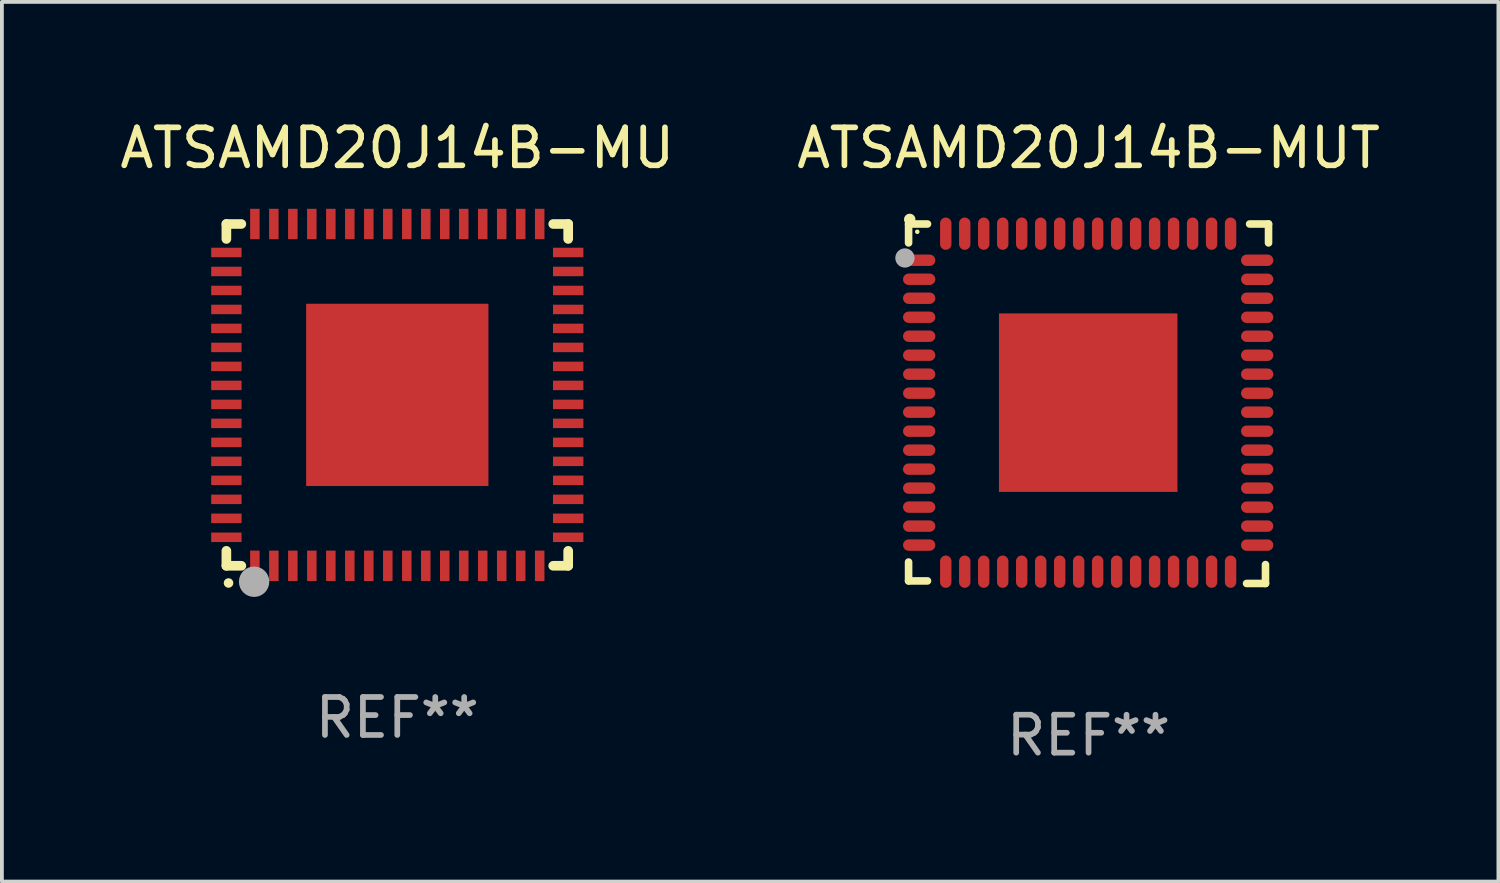
<source format=kicad_pcb>
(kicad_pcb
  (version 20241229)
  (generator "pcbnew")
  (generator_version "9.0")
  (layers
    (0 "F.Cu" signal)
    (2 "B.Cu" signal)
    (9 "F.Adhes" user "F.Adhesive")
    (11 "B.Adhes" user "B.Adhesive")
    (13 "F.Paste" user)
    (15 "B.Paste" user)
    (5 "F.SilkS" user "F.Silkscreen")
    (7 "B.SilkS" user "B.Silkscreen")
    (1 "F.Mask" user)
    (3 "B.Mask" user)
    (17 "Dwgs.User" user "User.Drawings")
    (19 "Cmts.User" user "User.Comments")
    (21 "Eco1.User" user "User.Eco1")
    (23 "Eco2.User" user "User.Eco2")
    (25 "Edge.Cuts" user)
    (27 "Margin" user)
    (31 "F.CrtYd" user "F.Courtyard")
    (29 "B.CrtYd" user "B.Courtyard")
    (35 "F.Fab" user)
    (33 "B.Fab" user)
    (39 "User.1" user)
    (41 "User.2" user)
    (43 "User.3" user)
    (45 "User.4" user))
  (footprint "ATSAMD20J14B-MU"
    (layer "F.Cu")
    (at 7.411 7.348)
    (property "Reference" "ATSAMD20J14B-MU" (at 0 -6.5 0) (layer "F.SilkS") (effects (font (size 1 1) (thickness 0.15))))
    (attr through_hole)
    (fp_line (start -4.5 -4.5) (end -4.106 -4.5) (stroke (width 0.254) (type solid)) (layer "F.SilkS"))
    (fp_line (start -4.5 -4.106) (end -4.5 -4.5) (stroke (width 0.254) (type solid)) (layer "F.SilkS"))
    (fp_line (start -4.5 4.5) (end -4.5 4.106) (stroke (width 0.254) (type solid)) (layer "F.SilkS"))
    (fp_line (start -4.106 4.5) (end -4.5 4.5) (stroke (width 0.254) (type solid)) (layer "F.SilkS"))
    (fp_line (start 4.106 -4.5) (end 4.5 -4.5) (stroke (width 0.254) (type solid)) (layer "F.SilkS"))
    (fp_line (start 4.5 -4.5) (end 4.5 -4.106) (stroke (width 0.254) (type solid)) (layer "F.SilkS"))
    (fp_line (start 4.5 4.106) (end 4.5 4.5) (stroke (width 0.254) (type solid)) (layer "F.SilkS"))
    (fp_line (start 4.5 4.5) (end 4.106 4.5) (stroke (width 0.254) (type solid)) (layer "F.SilkS"))
    (fp_arc (start -4.444945 4.953073) (mid -4.443675 4.953067) (end -4.442405 4.953073) (stroke (width 0.24892) (type solid)) (layer "F.SilkS"))
    (fp_circle (center -4.5 4.5) (end -4.47 4.5) (stroke (width 0.06) (type solid)) (fill no) (layer "F.SilkS"))
    (fp_circle (center -3.77 4.92) (end -3.57 4.92) (stroke (width 0.4) (type solid)) (fill no) (layer "F.Fab"))
    (fp_text user "REF**" (at 0 8.5 0) (layer "F.Fab") (effects (font (size 1 1) (thickness 0.15))))
    (pad "1" smd rect (at -3.75 4.5 90) (size 0.8 0.25) (layers "F.Cu" "F.Mask" "F.Paste"))
    (pad "2" smd rect (at -3.25 4.5 90) (size 0.8 0.25) (layers "F.Cu" "F.Mask" "F.Paste"))
    (pad "3" smd rect (at -2.75 4.5 90) (size 0.8 0.25) (layers "F.Cu" "F.Mask" "F.Paste"))
    (pad "4" smd rect (at -2.25 4.5 90) (size 0.8 0.25) (layers "F.Cu" "F.Mask" "F.Paste"))
    (pad "5" smd rect (at -1.75 4.5 90) (size 0.8 0.25) (layers "F.Cu" "F.Mask" "F.Paste"))
    (pad "6" smd rect (at -1.25 4.5 90) (size 0.8 0.25) (layers "F.Cu" "F.Mask" "F.Paste"))
    (pad "7" smd rect (at -0.75 4.5 90) (size 0.8 0.25) (layers "F.Cu" "F.Mask" "F.Paste"))
    (pad "8" smd rect (at -0.25 4.5 90) (size 0.8 0.25) (layers "F.Cu" "F.Mask" "F.Paste"))
    (pad "9" smd rect (at 0.25 4.5 90) (size 0.8 0.25) (layers "F.Cu" "F.Mask" "F.Paste"))
    (pad "10" smd rect (at 0.75 4.5 90) (size 0.8 0.25) (layers "F.Cu" "F.Mask" "F.Paste"))
    (pad "11" smd rect (at 1.25 4.5 90) (size 0.8 0.25) (layers "F.Cu" "F.Mask" "F.Paste"))
    (pad "12" smd rect (at 1.75 4.5 90) (size 0.8 0.25) (layers "F.Cu" "F.Mask" "F.Paste"))
    (pad "13" smd rect (at 2.25 4.5 90) (size 0.8 0.25) (layers "F.Cu" "F.Mask" "F.Paste"))
    (pad "14" smd rect (at 2.75 4.5 90) (size 0.8 0.25) (layers "F.Cu" "F.Mask" "F.Paste"))
    (pad "15" smd rect (at 3.25 4.5 90) (size 0.8 0.25) (layers "F.Cu" "F.Mask" "F.Paste"))
    (pad "16" smd rect (at 3.75 4.5 90) (size 0.8 0.25) (layers "F.Cu" "F.Mask" "F.Paste"))
    (pad "17" smd rect (at 4.5 3.75) (size 0.8 0.25) (layers "F.Cu" "F.Mask" "F.Paste"))
    (pad "18" smd rect (at 4.5 3.25) (size 0.8 0.25) (layers "F.Cu" "F.Mask" "F.Paste"))
    (pad "19" smd rect (at 4.5 2.75) (size 0.8 0.25) (layers "F.Cu" "F.Mask" "F.Paste"))
    (pad "20" smd rect (at 4.5 2.25) (size 0.8 0.25) (layers "F.Cu" "F.Mask" "F.Paste"))
    (pad "21" smd rect (at 4.5 1.75) (size 0.8 0.25) (layers "F.Cu" "F.Mask" "F.Paste"))
    (pad "22" smd rect (at 4.5 1.25) (size 0.8 0.25) (layers "F.Cu" "F.Mask" "F.Paste"))
    (pad "23" smd rect (at 4.5 0.75) (size 0.8 0.25) (layers "F.Cu" "F.Mask" "F.Paste"))
    (pad "24" smd rect (at 4.5 0.25) (size 0.8 0.25) (layers "F.Cu" "F.Mask" "F.Paste"))
    (pad "25" smd rect (at 4.5 -0.25) (size 0.8 0.25) (layers "F.Cu" "F.Mask" "F.Paste"))
    (pad "26" smd rect (at 4.5 -0.75) (size 0.8 0.25) (layers "F.Cu" "F.Mask" "F.Paste"))
    (pad "27" smd rect (at 4.5 -1.25) (size 0.8 0.25) (layers "F.Cu" "F.Mask" "F.Paste"))
    (pad "28" smd rect (at 4.5 -1.75) (size 0.8 0.25) (layers "F.Cu" "F.Mask" "F.Paste"))
    (pad "29" smd rect (at 4.5 -2.25) (size 0.8 0.25) (layers "F.Cu" "F.Mask" "F.Paste"))
    (pad "30" smd rect (at 4.5 -2.75) (size 0.8 0.25) (layers "F.Cu" "F.Mask" "F.Paste"))
    (pad "31" smd rect (at 4.5 -3.25) (size 0.8 0.25) (layers "F.Cu" "F.Mask" "F.Paste"))
    (pad "32" smd rect (at 4.5 -3.75) (size 0.8 0.25) (layers "F.Cu" "F.Mask" "F.Paste"))
    (pad "33" smd rect (at 3.75 -4.5 90) (size 0.8 0.25) (layers "F.Cu" "F.Mask" "F.Paste"))
    (pad "34" smd rect (at 3.25 -4.5 90) (size 0.8 0.25) (layers "F.Cu" "F.Mask" "F.Paste"))
    (pad "35" smd rect (at 2.75 -4.5 90) (size 0.8 0.25) (layers "F.Cu" "F.Mask" "F.Paste"))
    (pad "36" smd rect (at 2.25 -4.5 90) (size 0.8 0.25) (layers "F.Cu" "F.Mask" "F.Paste"))
    (pad "37" smd rect (at 1.75 -4.5 90) (size 0.8 0.25) (layers "F.Cu" "F.Mask" "F.Paste"))
    (pad "38" smd rect (at 1.25 -4.5 90) (size 0.8 0.25) (layers "F.Cu" "F.Mask" "F.Paste"))
    (pad "39" smd rect (at 0.75 -4.5 90) (size 0.8 0.25) (layers "F.Cu" "F.Mask" "F.Paste"))
    (pad "40" smd rect (at 0.25 -4.5 90) (size 0.8 0.25) (layers "F.Cu" "F.Mask" "F.Paste"))
    (pad "41" smd rect (at -0.25 -4.5 90) (size 0.8 0.25) (layers "F.Cu" "F.Mask" "F.Paste"))
    (pad "42" smd rect (at -0.75 -4.5 90) (size 0.8 0.25) (layers "F.Cu" "F.Mask" "F.Paste"))
    (pad "43" smd rect (at -1.25 -4.5 90) (size 0.8 0.25) (layers "F.Cu" "F.Mask" "F.Paste"))
    (pad "44" smd rect (at -1.75 -4.5 90) (size 0.8 0.25) (layers "F.Cu" "F.Mask" "F.Paste"))
    (pad "45" smd rect (at -2.25 -4.5 90) (size 0.8 0.25) (layers "F.Cu" "F.Mask" "F.Paste"))
    (pad "46" smd rect (at -2.75 -4.5 90) (size 0.8 0.25) (layers "F.Cu" "F.Mask" "F.Paste"))
    (pad "47" smd rect (at -3.25 -4.5 90) (size 0.8 0.25) (layers "F.Cu" "F.Mask" "F.Paste"))
    (pad "48" smd rect (at -3.75 -4.5 90) (size 0.8 0.25) (layers "F.Cu" "F.Mask" "F.Paste"))
    (pad "49" smd rect (at -4.5 -3.75) (size 0.8 0.25) (layers "F.Cu" "F.Mask" "F.Paste"))
    (pad "50" smd rect (at -4.5 -3.25) (size 0.8 0.25) (layers "F.Cu" "F.Mask" "F.Paste"))
    (pad "51" smd rect (at -4.5 -2.75) (size 0.8 0.25) (layers "F.Cu" "F.Mask" "F.Paste"))
    (pad "52" smd rect (at -4.5 -2.25) (size 0.8 0.25) (layers "F.Cu" "F.Mask" "F.Paste"))
    (pad "53" smd rect (at -4.5 -1.75) (size 0.8 0.25) (layers "F.Cu" "F.Mask" "F.Paste"))
    (pad "54" smd rect (at -4.5 -1.25) (size 0.8 0.25) (layers "F.Cu" "F.Mask" "F.Paste"))
    (pad "55" smd rect (at -4.5 -0.75) (size 0.8 0.25) (layers "F.Cu" "F.Mask" "F.Paste"))
    (pad "56" smd rect (at -4.5 -0.25) (size 0.8 0.25) (layers "F.Cu" "F.Mask" "F.Paste"))
    (pad "57" smd rect (at -4.5 0.25) (size 0.8 0.25) (layers "F.Cu" "F.Mask" "F.Paste"))
    (pad "58" smd rect (at -4.5 0.75) (size 0.8 0.25) (layers "F.Cu" "F.Mask" "F.Paste"))
    (pad "59" smd rect (at -4.5 1.25) (size 0.8 0.25) (layers "F.Cu" "F.Mask" "F.Paste"))
    (pad "60" smd rect (at -4.5 1.75) (size 0.8 0.25) (layers "F.Cu" "F.Mask" "F.Paste"))
    (pad "61" smd rect (at -4.5 2.25) (size 0.8 0.25) (layers "F.Cu" "F.Mask" "F.Paste"))
    (pad "62" smd rect (at -4.5 2.75) (size 0.8 0.25) (layers "F.Cu" "F.Mask" "F.Paste"))
    (pad "63" smd rect (at -4.5 3.25) (size 0.8 0.25) (layers "F.Cu" "F.Mask" "F.Paste"))
    (pad "64" smd rect (at -4.5 3.75) (size 0.8 0.25) (layers "F.Cu" "F.Mask" "F.Paste"))
    (pad "65" smd rect (at 0.000191 -0.000064) (size 4.8 4.8) (layers "F.Cu" "F.Mask" "F.Paste")))
  (footprint "ATSAMD20J14B-MUT"
    (layer "F.Cu")
    (at 25.613 7.581)
    (property "Reference" "ATSAMD20J14B-MUT" (at 0 -6.733 0) (layer "F.SilkS") (effects (font (size 1 1) (thickness 0.15))))
    (attr through_hole)
    (fp_line (start -4.739 -4.733) (end -4.241 -4.733) (stroke (width 0.2) (type solid)) (layer "F.SilkS"))
    (fp_line (start -4.739 -4.235) (end -4.739 -4.733) (stroke (width 0.2) (type solid)) (layer "F.SilkS"))
    (fp_line (start -4.739 4.168) (end -4.739 4.665) (stroke (width 0.2) (type solid)) (layer "F.SilkS"))
    (fp_line (start -4.739 4.665) (end -4.241 4.665) (stroke (width 0.2) (type solid)) (layer "F.SilkS"))
    (fp_line (start 4.161 4.733) (end 4.659 4.733) (stroke (width 0.2) (type solid)) (layer "F.SilkS"))
    (fp_line (start 4.241 -4.733) (end 4.739 -4.733) (stroke (width 0.2) (type solid)) (layer "F.SilkS"))
    (fp_line (start 4.659 4.733) (end 4.659 4.235) (stroke (width 0.2) (type solid)) (layer "F.SilkS"))
    (fp_line (start 4.739 -4.733) (end 4.739 -4.235) (stroke (width 0.2) (type solid)) (layer "F.SilkS"))
    (fp_arc (start -4.708623 -4.85108) (mid -4.708628 -4.85235) (end -4.708623 -4.85362) (stroke (width 0.3) (type solid)) (layer "F.SilkS"))
    (fp_circle (center -4.51 -4.528) (end -4.48 -4.528) (stroke (width 0.06) (type solid)) (fill no) (layer "F.SilkS"))
    (fp_circle (center -4.835 -3.838) (end -4.708 -3.838) (stroke (width 0.254) (type solid)) (fill no) (layer "F.Fab"))
    (fp_text user "REF**" (at 0 8.733 0) (layer "F.Fab") (effects (font (size 1 1) (thickness 0.15))))
    (pad "1" smd oval (at -4.46 -3.778) (size 0.85 0.3) (layers "F.Cu" "F.Mask" "F.Paste"))
    (pad "2" smd oval (at -4.46 -3.278) (size 0.85 0.3) (layers "F.Cu" "F.Mask" "F.Paste"))
    (pad "3" smd oval (at -4.46 -2.778) (size 0.85 0.3) (layers "F.Cu" "F.Mask" "F.Paste"))
    (pad "4" smd oval (at -4.46 -2.278) (size 0.85 0.3) (layers "F.Cu" "F.Mask" "F.Paste"))
    (pad "5" smd oval (at -4.46 -1.778) (size 0.85 0.3) (layers "F.Cu" "F.Mask" "F.Paste"))
    (pad "6" smd oval (at -4.46 -1.278) (size 0.85 0.3) (layers "F.Cu" "F.Mask" "F.Paste"))
    (pad "7" smd oval (at -4.46 -0.778) (size 0.85 0.3) (layers "F.Cu" "F.Mask" "F.Paste"))
    (pad "8" smd oval (at -4.46 -0.278) (size 0.85 0.3) (layers "F.Cu" "F.Mask" "F.Paste"))
    (pad "9" smd oval (at -4.46 0.222) (size 0.85 0.3) (layers "F.Cu" "F.Mask" "F.Paste"))
    (pad "10" smd oval (at -4.46 0.722) (size 0.85 0.3) (layers "F.Cu" "F.Mask" "F.Paste"))
    (pad "11" smd oval (at -4.46 1.222) (size 0.85 0.3) (layers "F.Cu" "F.Mask" "F.Paste"))
    (pad "12" smd oval (at -4.46 1.722) (size 0.85 0.3) (layers "F.Cu" "F.Mask" "F.Paste"))
    (pad "13" smd oval (at -4.46 2.222) (size 0.85 0.3) (layers "F.Cu" "F.Mask" "F.Paste"))
    (pad "14" smd oval (at -4.46 2.722) (size 0.85 0.3) (layers "F.Cu" "F.Mask" "F.Paste"))
    (pad "15" smd oval (at -4.46 3.222) (size 0.85 0.3) (layers "F.Cu" "F.Mask" "F.Paste"))
    (pad "16" smd oval (at -4.46 3.722) (size 0.85 0.3) (layers "F.Cu" "F.Mask" "F.Paste"))
    (pad "17" smd oval (at -3.76 4.422) (size 0.3 0.85) (layers "F.Cu" "F.Mask" "F.Paste"))
    (pad "18" smd oval (at -3.26 4.422) (size 0.3 0.85) (layers "F.Cu" "F.Mask" "F.Paste"))
    (pad "19" smd oval (at -2.76 4.422) (size 0.3 0.85) (layers "F.Cu" "F.Mask" "F.Paste"))
    (pad "20" smd oval (at -2.26 4.422) (size 0.3 0.85) (layers "F.Cu" "F.Mask" "F.Paste"))
    (pad "21" smd oval (at -1.76 4.422) (size 0.3 0.85) (layers "F.Cu" "F.Mask" "F.Paste"))
    (pad "22" smd oval (at -1.26 4.422) (size 0.3 0.85) (layers "F.Cu" "F.Mask" "F.Paste"))
    (pad "23" smd oval (at -0.76 4.422) (size 0.3 0.85) (layers "F.Cu" "F.Mask" "F.Paste"))
    (pad "24" smd oval (at -0.26 4.422) (size 0.3 0.85) (layers "F.Cu" "F.Mask" "F.Paste"))
    (pad "25" smd oval (at 0.24 4.422) (size 0.3 0.85) (layers "F.Cu" "F.Mask" "F.Paste"))
    (pad "26" smd oval (at 0.74 4.422) (size 0.3 0.85) (layers "F.Cu" "F.Mask" "F.Paste"))
    (pad "27" smd oval (at 1.24 4.422) (size 0.3 0.85) (layers "F.Cu" "F.Mask" "F.Paste"))
    (pad "28" smd oval (at 1.74 4.422) (size 0.3 0.85) (layers "F.Cu" "F.Mask" "F.Paste"))
    (pad "29" smd oval (at 2.24 4.422) (size 0.3 0.85) (layers "F.Cu" "F.Mask" "F.Paste"))
    (pad "30" smd oval (at 2.74 4.422) (size 0.3 0.85) (layers "F.Cu" "F.Mask" "F.Paste"))
    (pad "31" smd oval (at 3.24 4.422) (size 0.3 0.85) (layers "F.Cu" "F.Mask" "F.Paste"))
    (pad "32" smd oval (at 3.74 4.422) (size 0.3 0.85) (layers "F.Cu" "F.Mask" "F.Paste"))
    (pad "33" smd oval (at 4.44 3.723) (size 0.85 0.3) (layers "F.Cu" "F.Mask" "F.Paste"))
    (pad "34" smd oval (at 4.44 3.222) (size 0.85 0.3) (layers "F.Cu" "F.Mask" "F.Paste"))
    (pad "35" smd oval (at 4.44 2.723) (size 0.85 0.3) (layers "F.Cu" "F.Mask" "F.Paste"))
    (pad "36" smd oval (at 4.44 2.222) (size 0.85 0.3) (layers "F.Cu" "F.Mask" "F.Paste"))
    (pad "37" smd oval (at 4.44 1.723) (size 0.85 0.3) (layers "F.Cu" "F.Mask" "F.Paste"))
    (pad "38" smd oval (at 4.44 1.222) (size 0.85 0.3) (layers "F.Cu" "F.Mask" "F.Paste"))
    (pad "39" smd oval (at 4.44 0.723) (size 0.85 0.3) (layers "F.Cu" "F.Mask" "F.Paste"))
    (pad "40" smd oval (at 4.44 0.222) (size 0.85 0.3) (layers "F.Cu" "F.Mask" "F.Paste"))
    (pad "41" smd oval (at 4.44 -0.277) (size 0.85 0.3) (layers "F.Cu" "F.Mask" "F.Paste"))
    (pad "42" smd oval (at 4.44 -0.778) (size 0.85 0.3) (layers "F.Cu" "F.Mask" "F.Paste"))
    (pad "43" smd oval (at 4.44 -1.277) (size 0.85 0.3) (layers "F.Cu" "F.Mask" "F.Paste"))
    (pad "44" smd oval (at 4.44 -1.778) (size 0.85 0.3) (layers "F.Cu" "F.Mask" "F.Paste"))
    (pad "45" smd oval (at 4.44 -2.277) (size 0.85 0.3) (layers "F.Cu" "F.Mask" "F.Paste"))
    (pad "46" smd oval (at 4.44 -2.778) (size 0.85 0.3) (layers "F.Cu" "F.Mask" "F.Paste"))
    (pad "47" smd oval (at 4.44 -3.277) (size 0.85 0.3) (layers "F.Cu" "F.Mask" "F.Paste"))
    (pad "48" smd oval (at 4.44 -3.778) (size 0.85 0.3) (layers "F.Cu" "F.Mask" "F.Paste"))
    (pad "49" smd oval (at 3.74 -4.478) (size 0.3 0.85) (layers "F.Cu" "F.Mask" "F.Paste"))
    (pad "50" smd oval (at 3.24 -4.478) (size 0.3 0.85) (layers "F.Cu" "F.Mask" "F.Paste"))
    (pad "51" smd oval (at 2.74 -4.478) (size 0.3 0.85) (layers "F.Cu" "F.Mask" "F.Paste"))
    (pad "52" smd oval (at 2.24 -4.478) (size 0.3 0.85) (layers "F.Cu" "F.Mask" "F.Paste"))
    (pad "53" smd oval (at 1.74 -4.478) (size 0.3 0.85) (layers "F.Cu" "F.Mask" "F.Paste"))
    (pad "54" smd oval (at 1.24 -4.478) (size 0.3 0.85) (layers "F.Cu" "F.Mask" "F.Paste"))
    (pad "55" smd oval (at 0.74 -4.478) (size 0.3 0.85) (layers "F.Cu" "F.Mask" "F.Paste"))
    (pad "56" smd oval (at 0.24 -4.478) (size 0.3 0.85) (layers "F.Cu" "F.Mask" "F.Paste"))
    (pad "57" smd oval (at -0.26 -4.478) (size 0.3 0.85) (layers "F.Cu" "F.Mask" "F.Paste"))
    (pad "58" smd oval (at -0.76 -4.478) (size 0.3 0.85) (layers "F.Cu" "F.Mask" "F.Paste"))
    (pad "59" smd oval (at -1.26 -4.478) (size 0.3 0.85) (layers "F.Cu" "F.Mask" "F.Paste"))
    (pad "60" smd oval (at -1.76 -4.478) (size 0.3 0.85) (layers "F.Cu" "F.Mask" "F.Paste"))
    (pad "61" smd oval (at -2.26 -4.478) (size 0.3 0.85) (layers "F.Cu" "F.Mask" "F.Paste"))
    (pad "62" smd oval (at -2.76 -4.478) (size 0.3 0.85) (layers "F.Cu" "F.Mask" "F.Paste"))
    (pad "63" smd oval (at -3.26 -4.478) (size 0.3 0.85) (layers "F.Cu" "F.Mask" "F.Paste"))
    (pad "64" smd oval (at -3.76 -4.478) (size 0.3 0.85) (layers "F.Cu" "F.Mask" "F.Paste"))
    (pad "65" smd rect (at -0.009 -0.028 90) (size 4.7 4.7) (layers "F.Cu" "F.Mask" "F.Paste")))
  (gr_rect
    (start -3 -3)
    (end 36.405 20.162)
    (stroke (width 0.1) (type default))
    (fill no)
    (layer "Edge.Cuts")))
</source>
